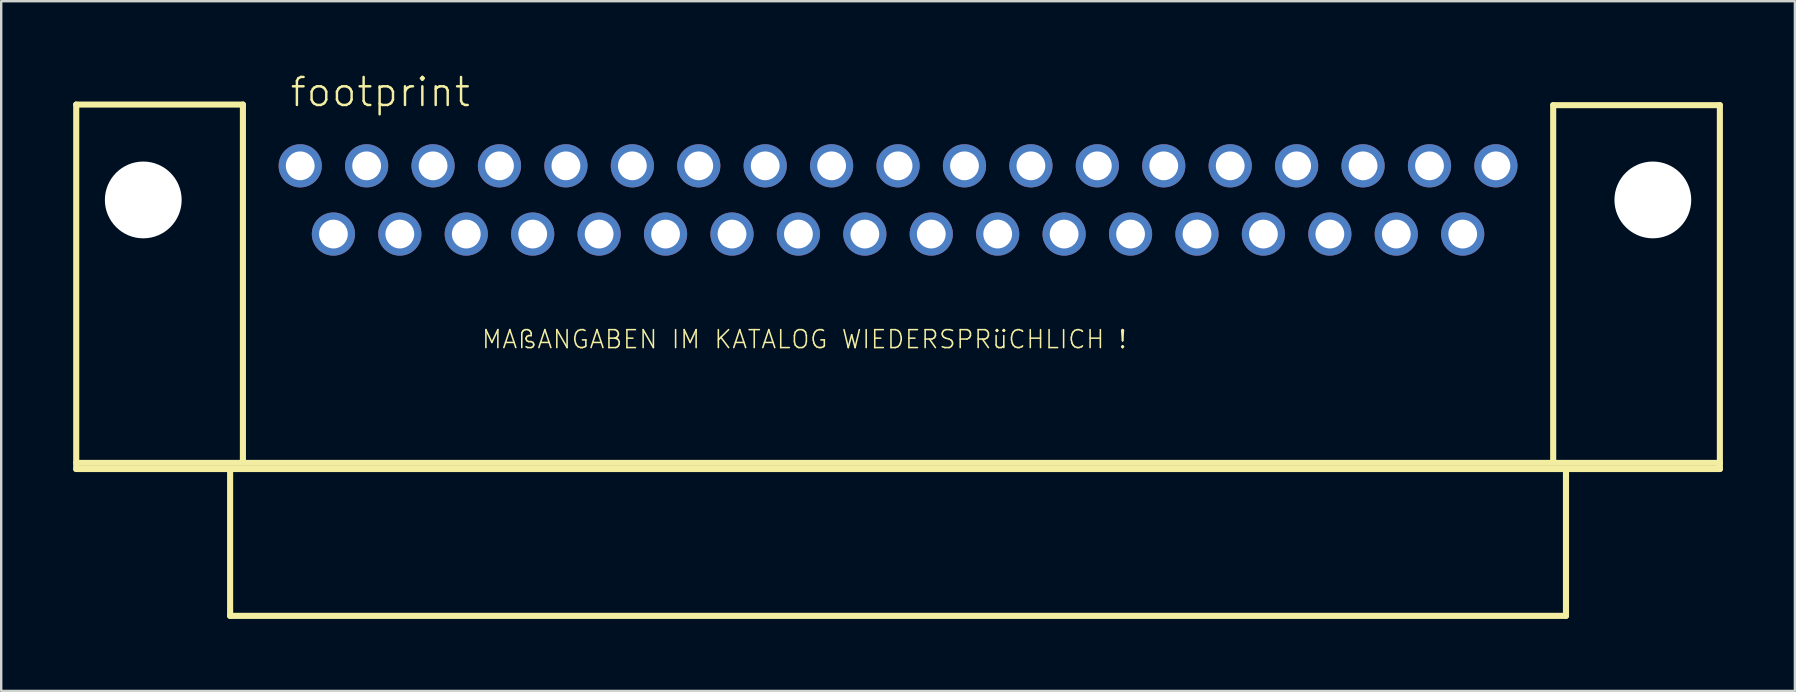
<source format=kicad_pcb>
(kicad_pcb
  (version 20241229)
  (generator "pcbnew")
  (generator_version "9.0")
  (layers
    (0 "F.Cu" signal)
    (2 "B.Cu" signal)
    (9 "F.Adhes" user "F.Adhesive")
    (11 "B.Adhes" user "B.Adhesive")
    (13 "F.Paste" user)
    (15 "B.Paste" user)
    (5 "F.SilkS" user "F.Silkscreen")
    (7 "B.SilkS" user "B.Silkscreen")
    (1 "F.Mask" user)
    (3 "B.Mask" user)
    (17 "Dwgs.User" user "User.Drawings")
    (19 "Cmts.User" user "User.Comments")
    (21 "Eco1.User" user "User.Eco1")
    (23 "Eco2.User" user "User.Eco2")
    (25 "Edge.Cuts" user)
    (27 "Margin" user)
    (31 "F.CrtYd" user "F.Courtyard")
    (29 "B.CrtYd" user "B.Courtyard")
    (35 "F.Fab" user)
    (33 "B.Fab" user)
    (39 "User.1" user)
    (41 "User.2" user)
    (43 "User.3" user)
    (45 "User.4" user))
  (footprint "footprint"
    (layer "F.Cu")
    (at 34.379 5.283)
    (property "Reference" "footprint" (at -25.4 -3.81 0) (layer "F.SilkS") (effects (font (size 1.168 1.168) (thickness 0.102)) (justify left bottom)))
    (fp_line (start -34.252 -3.975) (end -27.305 -3.975) (stroke (width 0.254) (type solid)) (layer "F.SilkS"))
    (fp_line (start -34.252 10.96) (end 34.252 10.96) (stroke (width 0.254) (type solid)) (layer "F.SilkS"))
    (fp_line (start -34.252 11.214) (end -34.252 -3.975) (stroke (width 0.254) (type solid)) (layer "F.SilkS"))
    (fp_line (start -27.838 11.214) (end -34.252 11.214) (stroke (width 0.254) (type solid)) (layer "F.SilkS"))
    (fp_line (start -27.838 11.214) (end 27.838 11.214) (stroke (width 0.254) (type solid)) (layer "F.SilkS"))
    (fp_line (start -27.838 17.335) (end -27.838 11.214) (stroke (width 0.254) (type solid)) (layer "F.SilkS"))
    (fp_line (start -27.305 -3.975) (end -27.305 10.82) (stroke (width 0.254) (type solid)) (layer "F.SilkS"))
    (fp_line (start 27.305 -3.95) (end 27.305 10.82) (stroke (width 0.254) (type solid)) (layer "F.SilkS"))
    (fp_line (start 27.838 11.214) (end 27.838 17.335) (stroke (width 0.254) (type solid)) (layer "F.SilkS"))
    (fp_line (start 27.838 17.335) (end -27.838 17.335) (stroke (width 0.254) (type solid)) (layer "F.SilkS"))
    (fp_line (start 34.252 -3.95) (end 27.305 -3.95) (stroke (width 0.254) (type solid)) (layer "F.SilkS"))
    (fp_line (start 34.252 -3.95) (end 34.252 11.214) (stroke (width 0.254) (type solid)) (layer "F.SilkS"))
    (fp_line (start 34.252 11.214) (end 27.838 11.214) (stroke (width 0.254) (type solid)) (layer "F.SilkS"))
    (fp_text user "MAßANGABEN IM KATALOG WIEDERSPRüCHLICH !" (at -17.399 6.248 0) (layer "F.SilkS") (effects (font (size 0.748 0.748) (thickness 0.065)) (justify left bottom)))
    (pad "" np_thru_hole circle (at -31.458 0) (size 3.2 3.2) (drill 3.2) (layers "*.Cu" "*.Mask"))
    (pad "" np_thru_hole circle (at 31.458 0) (size 3.2 3.2) (drill 3.2) (layers "*.Cu" "*.Mask"))
    (pad "1" thru_hole circle (at -24.917 -1.422) (size 1.8 1.8) (drill 1.2) (layers "*.Cu" "*.Mask"))
    (pad "2" thru_hole circle (at -22.149 -1.422) (size 1.8 1.8) (drill 1.2) (layers "*.Cu" "*.Mask"))
    (pad "3" thru_hole circle (at -19.38 -1.422) (size 1.8 1.8) (drill 1.2) (layers "*.Cu" "*.Mask"))
    (pad "4" thru_hole circle (at -16.612 -1.422) (size 1.8 1.8) (drill 1.2) (layers "*.Cu" "*.Mask"))
    (pad "5" thru_hole circle (at -13.843 -1.422) (size 1.8 1.8) (drill 1.2) (layers "*.Cu" "*.Mask"))
    (pad "6" thru_hole circle (at -11.074 -1.422) (size 1.8 1.8) (drill 1.2) (layers "*.Cu" "*.Mask"))
    (pad "7" thru_hole circle (at -8.306 -1.422) (size 1.8 1.8) (drill 1.2) (layers "*.Cu" "*.Mask"))
    (pad "8" thru_hole circle (at -5.537 -1.422) (size 1.8 1.8) (drill 1.2) (layers "*.Cu" "*.Mask"))
    (pad "9" thru_hole circle (at -2.769 -1.422) (size 1.8 1.8) (drill 1.2) (layers "*.Cu" "*.Mask"))
    (pad "10" thru_hole circle (at 0 -1.422) (size 1.8 1.8) (drill 1.2) (layers "*.Cu" "*.Mask"))
    (pad "11" thru_hole circle (at 2.769 -1.422) (size 1.8 1.8) (drill 1.2) (layers "*.Cu" "*.Mask"))
    (pad "12" thru_hole circle (at 5.537 -1.422) (size 1.8 1.8) (drill 1.2) (layers "*.Cu" "*.Mask"))
    (pad "13" thru_hole circle (at 8.306 -1.422) (size 1.8 1.8) (drill 1.2) (layers "*.Cu" "*.Mask"))
    (pad "14" thru_hole circle (at 11.074 -1.422) (size 1.8 1.8) (drill 1.2) (layers "*.Cu" "*.Mask"))
    (pad "15" thru_hole circle (at 13.843 -1.422) (size 1.8 1.8) (drill 1.2) (layers "*.Cu" "*.Mask"))
    (pad "16" thru_hole circle (at 16.612 -1.422) (size 1.8 1.8) (drill 1.2) (layers "*.Cu" "*.Mask"))
    (pad "17" thru_hole circle (at 19.38 -1.422) (size 1.8 1.8) (drill 1.2) (layers "*.Cu" "*.Mask"))
    (pad "18" thru_hole circle (at 22.149 -1.422) (size 1.8 1.8) (drill 1.2) (layers "*.Cu" "*.Mask"))
    (pad "19" thru_hole circle (at 24.917 -1.422) (size 1.8 1.8) (drill 1.2) (layers "*.Cu" "*.Mask"))
    (pad "20" thru_hole circle (at -23.533 1.422) (size 1.8 1.8) (drill 1.2) (layers "*.Cu" "*.Mask"))
    (pad "21" thru_hole circle (at -20.765 1.422) (size 1.8 1.8) (drill 1.2) (layers "*.Cu" "*.Mask"))
    (pad "22" thru_hole circle (at -17.996 1.422) (size 1.8 1.8) (drill 1.2) (layers "*.Cu" "*.Mask"))
    (pad "23" thru_hole circle (at -15.227 1.422) (size 1.8 1.8) (drill 1.2) (layers "*.Cu" "*.Mask"))
    (pad "24" thru_hole circle (at -12.459 1.422) (size 1.8 1.8) (drill 1.2) (layers "*.Cu" "*.Mask"))
    (pad "25" thru_hole circle (at -9.69 1.422) (size 1.8 1.8) (drill 1.2) (layers "*.Cu" "*.Mask"))
    (pad "26" thru_hole circle (at -6.921 1.422) (size 1.8 1.8) (drill 1.2) (layers "*.Cu" "*.Mask"))
    (pad "27" thru_hole circle (at -4.153 1.422) (size 1.8 1.8) (drill 1.2) (layers "*.Cu" "*.Mask"))
    (pad "28" thru_hole circle (at -1.384 1.422) (size 1.8 1.8) (drill 1.2) (layers "*.Cu" "*.Mask"))
    (pad "29" thru_hole circle (at 1.384 1.422) (size 1.8 1.8) (drill 1.2) (layers "*.Cu" "*.Mask"))
    (pad "30" thru_hole circle (at 4.153 1.422) (size 1.8 1.8) (drill 1.2) (layers "*.Cu" "*.Mask"))
    (pad "31" thru_hole circle (at 6.921 1.422) (size 1.8 1.8) (drill 1.2) (layers "*.Cu" "*.Mask"))
    (pad "32" thru_hole circle (at 9.69 1.422) (size 1.8 1.8) (drill 1.2) (layers "*.Cu" "*.Mask"))
    (pad "33" thru_hole circle (at 12.459 1.422) (size 1.8 1.8) (drill 1.2) (layers "*.Cu" "*.Mask"))
    (pad "34" thru_hole circle (at 15.227 1.422) (size 1.8 1.8) (drill 1.2) (layers "*.Cu" "*.Mask"))
    (pad "35" thru_hole circle (at 17.996 1.422) (size 1.8 1.8) (drill 1.2) (layers "*.Cu" "*.Mask"))
    (pad "36" thru_hole circle (at 20.765 1.422) (size 1.8 1.8) (drill 1.2) (layers "*.Cu" "*.Mask"))
    (pad "37" thru_hole circle (at 23.533 1.422) (size 1.8 1.8) (drill 1.2) (layers "*.Cu" "*.Mask")))
  (gr_rect
    (start -3 -3)
    (end 71.758 25.746)
    (stroke (width 0.1) (type default))
    (fill no)
    (layer "Edge.Cuts")))
</source>
